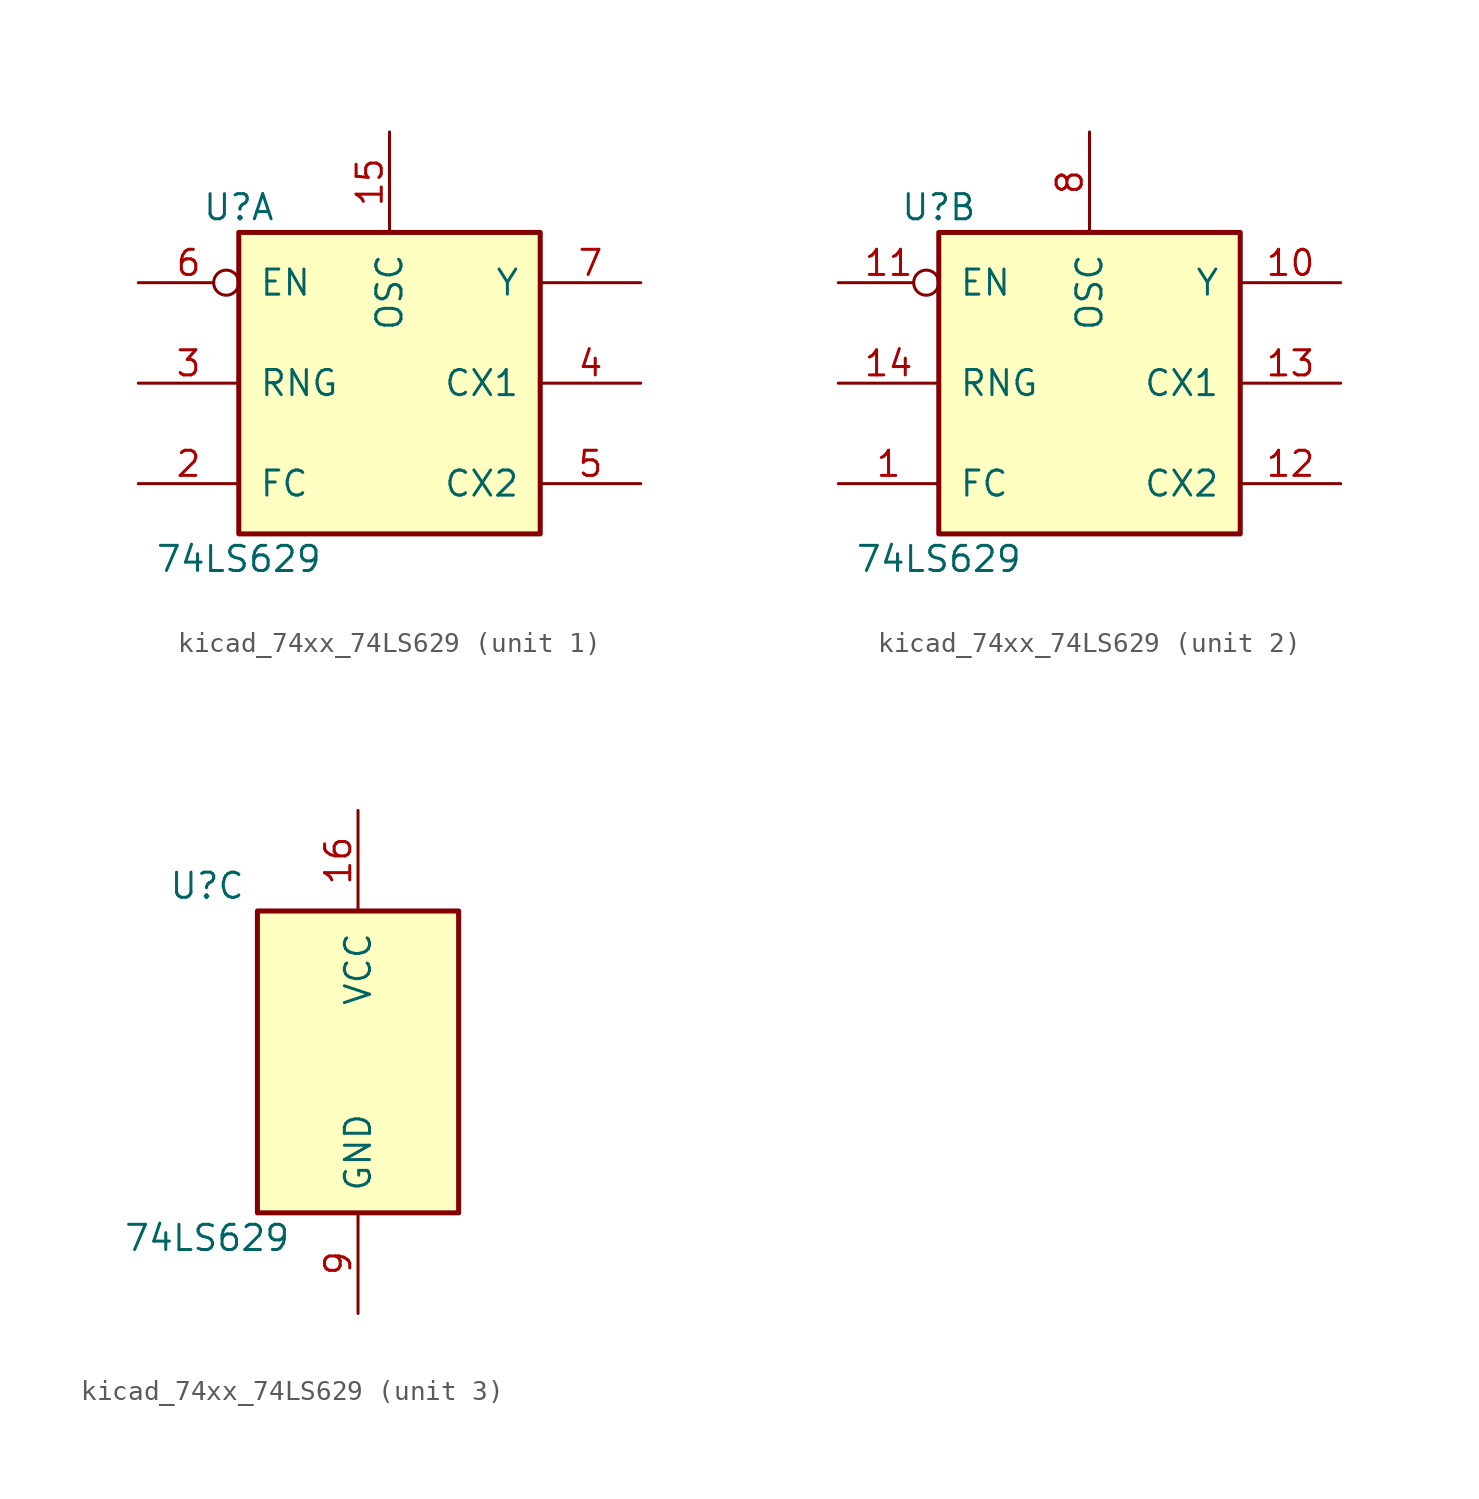
<source format=kicad_sym>
(kicad_symbol_lib
  (version 20220914)
  (generator kicad_symbol_editor)
  (symbol "kicad_74xx_74LS629"
    (pin_names
      (offset 1.016))
    (property "Reference" "U"
      (at -7.62 8.89 0)
      (effects (font (size 1.27 1.27))))
    (property "Value" "74LS629"
      (at -7.62 -8.89 0)
      (effects (font (size 1.27 1.27))))
    (property "ki_locked" ""
      (at 0 0 0)
      (effects (font (size 1.27 1.27))))
    (symbol "kicad_74xx_74LS629_1_0"
      (pin passive line (at 0 12.7 270) (length 5.08) (name "OSC" (effects (font (size 1.27 1.27)))) (number "15" (effects (font (size 1.27 1.27)))))
      (pin input line (at -12.7 -5.08 0) (length 5.08) (name "FC" (effects (font (size 1.27 1.27)))) (number "2" (effects (font (size 1.27 1.27)))))
      (pin input line (at -12.7 0 0) (length 5.08) (name "RNG" (effects (font (size 1.27 1.27)))) (number "3" (effects (font (size 1.27 1.27)))))
      (pin passive line (at 12.7 0 180) (length 5.08) (name "CX1" (effects (font (size 1.27 1.27)))) (number "4" (effects (font (size 1.27 1.27)))))
      (pin passive line (at 12.7 -5.08 180) (length 5.08) (name "CX2" (effects (font (size 1.27 1.27)))) (number "5" (effects (font (size 1.27 1.27)))))
      (pin input inverted (at -12.7 5.08 0) (length 5.08) (name "EN" (effects (font (size 1.27 1.27)))) (number "6" (effects (font (size 1.27 1.27)))))
      (pin output line (at 12.7 5.08 180) (length 5.08) (name "Y" (effects (font (size 1.27 1.27)))) (number "7" (effects (font (size 1.27 1.27))))))
    (symbol "kicad_74xx_74LS629_1_1"
      (rectangle (start -7.62 7.62) (end 7.62 -7.62) (stroke (width 0.254) (type default)) (fill (type background))))
    (symbol "kicad_74xx_74LS629_2_0"
      (pin input line (at -12.7 -5.08 0) (length 5.08) (name "FC" (effects (font (size 1.27 1.27)))) (number "1" (effects (font (size 1.27 1.27)))))
      (pin output line (at 12.7 5.08 180) (length 5.08) (name "Y" (effects (font (size 1.27 1.27)))) (number "10" (effects (font (size 1.27 1.27)))))
      (pin input inverted (at -12.7 5.08 0) (length 5.08) (name "EN" (effects (font (size 1.27 1.27)))) (number "11" (effects (font (size 1.27 1.27)))))
      (pin passive line (at 12.7 -5.08 180) (length 5.08) (name "CX2" (effects (font (size 1.27 1.27)))) (number "12" (effects (font (size 1.27 1.27)))))
      (pin passive line (at 12.7 0 180) (length 5.08) (name "CX1" (effects (font (size 1.27 1.27)))) (number "13" (effects (font (size 1.27 1.27)))))
      (pin input line (at -12.7 0 0) (length 5.08) (name "RNG" (effects (font (size 1.27 1.27)))) (number "14" (effects (font (size 1.27 1.27)))))
      (pin passive line (at 0 12.7 270) (length 5.08) (name "OSC" (effects (font (size 1.27 1.27)))) (number "8" (effects (font (size 1.27 1.27))))))
    (symbol "kicad_74xx_74LS629_2_1"
      (rectangle (start -7.62 7.62) (end 7.62 -7.62) (stroke (width 0.254) (type default)) (fill (type background))))
    (symbol "kicad_74xx_74LS629_3_0"
      (pin power_in line (at 0 12.7 270) (length 5.08) (name "VCC" (effects (font (size 1.27 1.27)))) (number "16" (effects (font (size 1.27 1.27)))))
      (pin power_in line (at 0 -12.7 90) (length 5.08) (name "GND" (effects (font (size 1.27 1.27)))) (number "9" (effects (font (size 1.27 1.27))))))
    (symbol "kicad_74xx_74LS629_3_1"
      (rectangle (start -5.08 7.62) (end 5.08 -7.62) (stroke (width 0.254) (type default)) (fill (type background))))))
</source>
